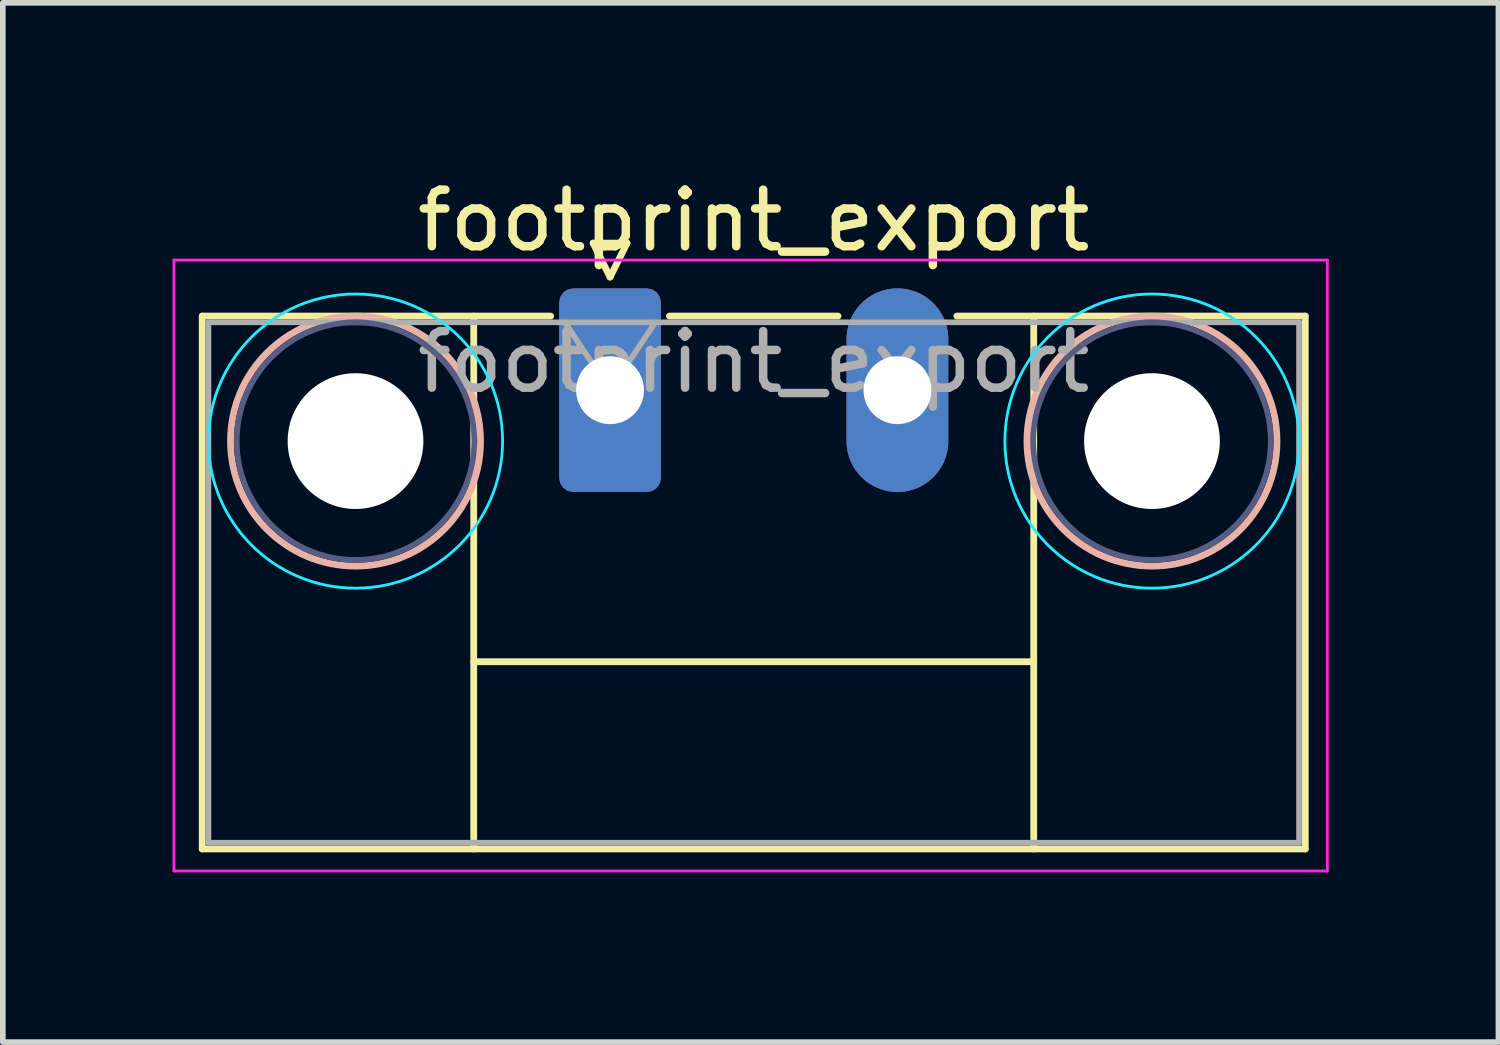
<source format=kicad_pcb>
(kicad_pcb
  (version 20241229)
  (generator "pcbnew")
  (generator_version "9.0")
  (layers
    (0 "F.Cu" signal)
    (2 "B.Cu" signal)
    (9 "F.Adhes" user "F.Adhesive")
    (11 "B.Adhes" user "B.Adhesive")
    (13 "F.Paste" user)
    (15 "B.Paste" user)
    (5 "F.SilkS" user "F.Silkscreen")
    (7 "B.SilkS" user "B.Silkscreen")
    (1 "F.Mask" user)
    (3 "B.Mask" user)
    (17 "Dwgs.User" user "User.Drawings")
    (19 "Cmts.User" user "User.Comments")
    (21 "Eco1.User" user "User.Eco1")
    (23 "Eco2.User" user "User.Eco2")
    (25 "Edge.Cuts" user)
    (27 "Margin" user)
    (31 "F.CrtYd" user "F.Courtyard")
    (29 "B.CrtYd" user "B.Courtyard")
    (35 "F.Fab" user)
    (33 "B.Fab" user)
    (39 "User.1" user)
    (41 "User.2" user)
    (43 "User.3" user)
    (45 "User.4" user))
  (footprint "footprint_export"
    (layer "F.Cu")
    (at 7.735 3.848)
    (property "Reference" "footprint_export" (at 2.54 -3 0) (layer "F.SilkS") (effects (font (size 1 1) (thickness 0.15))))
    (attr through_hole)
    (fp_line (start -7.21 -1.31) (end -7.21 8.11) (stroke (width 0.12) (type solid)) (layer "F.SilkS"))
    (fp_line (start -7.21 -1.31) (end -1.05 -1.31) (stroke (width 0.12) (type solid)) (layer "F.SilkS"))
    (fp_line (start -7.21 8.11) (end 12.29 8.11) (stroke (width 0.12) (type solid)) (layer "F.SilkS"))
    (fp_line (start -2.41 -1.31) (end -2.41 8.11) (stroke (width 0.12) (type solid)) (layer "F.SilkS"))
    (fp_line (start -2.41 4.8) (end 7.49 4.8) (stroke (width 0.12) (type solid)) (layer "F.SilkS"))
    (fp_line (start -0.3 -2.6) (end 0.3 -2.6) (stroke (width 0.12) (type solid)) (layer "F.SilkS"))
    (fp_line (start 0 -2) (end -0.3 -2.6) (stroke (width 0.12) (type solid)) (layer "F.SilkS"))
    (fp_line (start 0.3 -2.6) (end 0 -2) (stroke (width 0.12) (type solid)) (layer "F.SilkS"))
    (fp_line (start 1.05 -1.31) (end 4.03 -1.31) (stroke (width 0.12) (type solid)) (layer "F.SilkS"))
    (fp_line (start 7.49 -1.31) (end 7.49 8.11) (stroke (width 0.12) (type solid)) (layer "F.SilkS"))
    (fp_line (start 12.29 -1.31) (end 6.13 -1.31) (stroke (width 0.12) (type solid)) (layer "F.SilkS"))
    (fp_line (start 12.29 8.11) (end 12.29 -1.31) (stroke (width 0.12) (type solid)) (layer "F.SilkS"))
    (fp_circle (center -4.5 0.9) (end -2.29 0.9) (stroke (width 0.12) (type solid)) (fill no) (layer "B.SilkS"))
    (fp_circle (center 9.58 0.9) (end 11.79 0.9) (stroke (width 0.12) (type solid)) (fill no) (layer "B.SilkS"))
    (fp_circle (center -4.5 0.9) (end -1.9 0.9) (stroke (width 0.05) (type solid)) (fill no) (layer "B.CrtYd"))
    (fp_circle (center 9.58 0.9) (end 12.18 0.9) (stroke (width 0.05) (type solid)) (fill no) (layer "B.CrtYd"))
    (fp_line (start -7.71 -2.3) (end -7.71 8.5) (stroke (width 0.05) (type solid)) (layer "F.CrtYd"))
    (fp_line (start -7.71 8.5) (end 12.68 8.5) (stroke (width 0.05) (type solid)) (layer "F.CrtYd"))
    (fp_line (start 12.68 -2.3) (end -7.71 -2.3) (stroke (width 0.05) (type solid)) (layer "F.CrtYd"))
    (fp_line (start 12.68 8.5) (end 12.68 -2.3) (stroke (width 0.05) (type solid)) (layer "F.CrtYd"))
    (fp_circle (center -4.5 0.9) (end -2.4 0.9) (stroke (width 0.1) (type solid)) (fill no) (layer "B.Fab"))
    (fp_circle (center 9.58 0.9) (end 11.68 0.9) (stroke (width 0.1) (type solid)) (fill no) (layer "B.Fab"))
    (fp_line (start -7.1 -1.2) (end -7.1 8) (stroke (width 0.1) (type solid)) (layer "F.Fab"))
    (fp_line (start -7.1 8) (end 12.18 8) (stroke (width 0.1) (type solid)) (layer "F.Fab"))
    (fp_line (start 0 0) (end -0.8 -1.2) (stroke (width 0.1) (type solid)) (layer "F.Fab"))
    (fp_line (start 0.8 -1.2) (end 0 0) (stroke (width 0.1) (type solid)) (layer "F.Fab"))
    (fp_line (start 12.18 -1.2) (end -7.1 -1.2) (stroke (width 0.1) (type solid)) (layer "F.Fab"))
    (fp_line (start 12.18 8) (end 12.18 -1.2) (stroke (width 0.1) (type solid)) (layer "F.Fab"))
    (fp_text user "${REFERENCE}" (at 2.54 -0.5 0) (layer "F.Fab") (effects (font (size 1 1) (thickness 0.15))))
    (pad "" np_thru_hole circle (at -4.5 0.9) (size 2.4 2.4) (drill 2.4) (layers "*.Cu" "*.Mask"))
    (pad "" np_thru_hole circle (at 9.58 0.9) (size 2.4 2.4) (drill 2.4) (layers "*.Cu" "*.Mask"))
    (pad "1" thru_hole roundrect (at 0 0) (size 1.8 3.6) (drill 1.2) (layers "*.Cu" "*.Mask") (roundrect_rratio 0.139))
    (pad "2" thru_hole oval (at 5.08 0) (size 1.8 3.6) (drill 1.2) (layers "*.Cu" "*.Mask")))
  (gr_rect
    (start -3 -3)
    (end 23.44 15.373)
    (stroke (width 0.1) (type default))
    (fill no)
    (layer "Edge.Cuts")))
</source>
